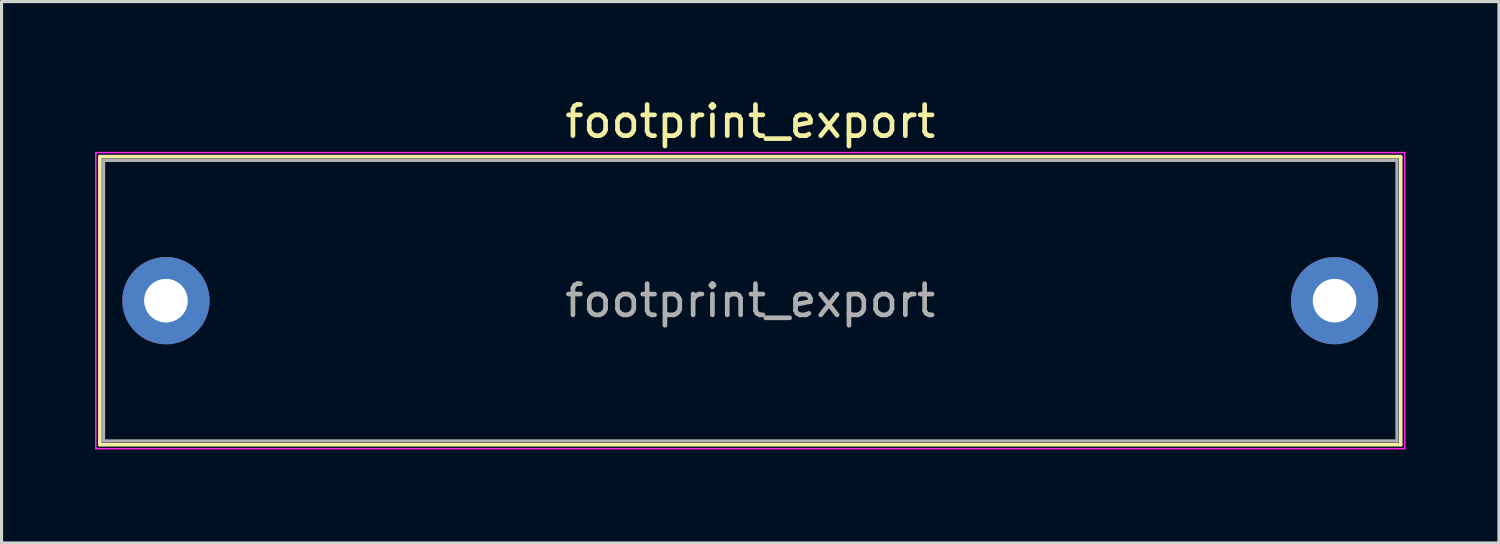
<source format=kicad_pcb>
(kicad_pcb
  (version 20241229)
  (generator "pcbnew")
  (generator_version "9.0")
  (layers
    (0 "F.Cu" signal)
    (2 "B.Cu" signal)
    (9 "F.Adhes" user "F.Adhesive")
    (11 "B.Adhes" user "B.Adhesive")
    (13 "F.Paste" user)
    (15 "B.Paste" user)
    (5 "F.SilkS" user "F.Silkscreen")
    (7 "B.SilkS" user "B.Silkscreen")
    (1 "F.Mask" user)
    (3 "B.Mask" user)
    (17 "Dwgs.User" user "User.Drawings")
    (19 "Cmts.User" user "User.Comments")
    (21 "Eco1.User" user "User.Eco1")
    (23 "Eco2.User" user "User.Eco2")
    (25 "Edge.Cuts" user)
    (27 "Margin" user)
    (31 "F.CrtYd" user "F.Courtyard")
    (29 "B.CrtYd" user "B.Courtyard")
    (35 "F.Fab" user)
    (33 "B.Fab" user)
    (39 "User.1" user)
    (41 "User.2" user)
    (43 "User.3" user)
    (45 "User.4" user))
  (footprint "footprint_export"
    (layer "F.Cu")
    (at 2.275 6.598)
    (property "Reference" "footprint_export" (at 18.75 -5.75 0) (layer "F.SilkS") (effects (font (size 1 1) (thickness 0.15))))
    (attr through_hole)
    (fp_line (start -2.12 -4.62) (end -2.12 4.62) (stroke (width 0.12) (type solid)) (layer "F.SilkS"))
    (fp_line (start -2.12 -4.62) (end 39.62 -4.62) (stroke (width 0.12) (type solid)) (layer "F.SilkS"))
    (fp_line (start -2.12 4.62) (end 39.62 4.62) (stroke (width 0.12) (type solid)) (layer "F.SilkS"))
    (fp_line (start 39.62 -4.62) (end 39.62 4.62) (stroke (width 0.12) (type solid)) (layer "F.SilkS"))
    (fp_line (start -2.25 -4.75) (end -2.25 4.75) (stroke (width 0.05) (type solid)) (layer "F.CrtYd"))
    (fp_line (start -2.25 4.75) (end 39.75 4.75) (stroke (width 0.05) (type solid)) (layer "F.CrtYd"))
    (fp_line (start 39.75 -4.75) (end -2.25 -4.75) (stroke (width 0.05) (type solid)) (layer "F.CrtYd"))
    (fp_line (start 39.75 4.75) (end 39.75 -4.75) (stroke (width 0.05) (type solid)) (layer "F.CrtYd"))
    (fp_line (start -2 -4.5) (end -2 4.5) (stroke (width 0.1) (type solid)) (layer "F.Fab"))
    (fp_line (start -2 4.5) (end 39.5 4.5) (stroke (width 0.1) (type solid)) (layer "F.Fab"))
    (fp_line (start 39.5 -4.5) (end -2 -4.5) (stroke (width 0.1) (type solid)) (layer "F.Fab"))
    (fp_line (start 39.5 4.5) (end 39.5 -4.5) (stroke (width 0.1) (type solid)) (layer "F.Fab"))
    (fp_text user "${REFERENCE}" (at 18.75 0 0) (layer "F.Fab") (effects (font (size 1 1) (thickness 0.15))))
    (pad "1" thru_hole circle (at 0 0) (size 2.8 2.8) (drill 1.4) (layers "*.Cu" "*.Mask"))
    (pad "2" thru_hole circle (at 37.5 0) (size 2.8 2.8) (drill 1.4) (layers "*.Cu" "*.Mask")))
  (gr_rect
    (start -3 -3)
    (end 45.05 14.373)
    (stroke (width 0.1) (type default))
    (fill no)
    (layer "Edge.Cuts")))
</source>
